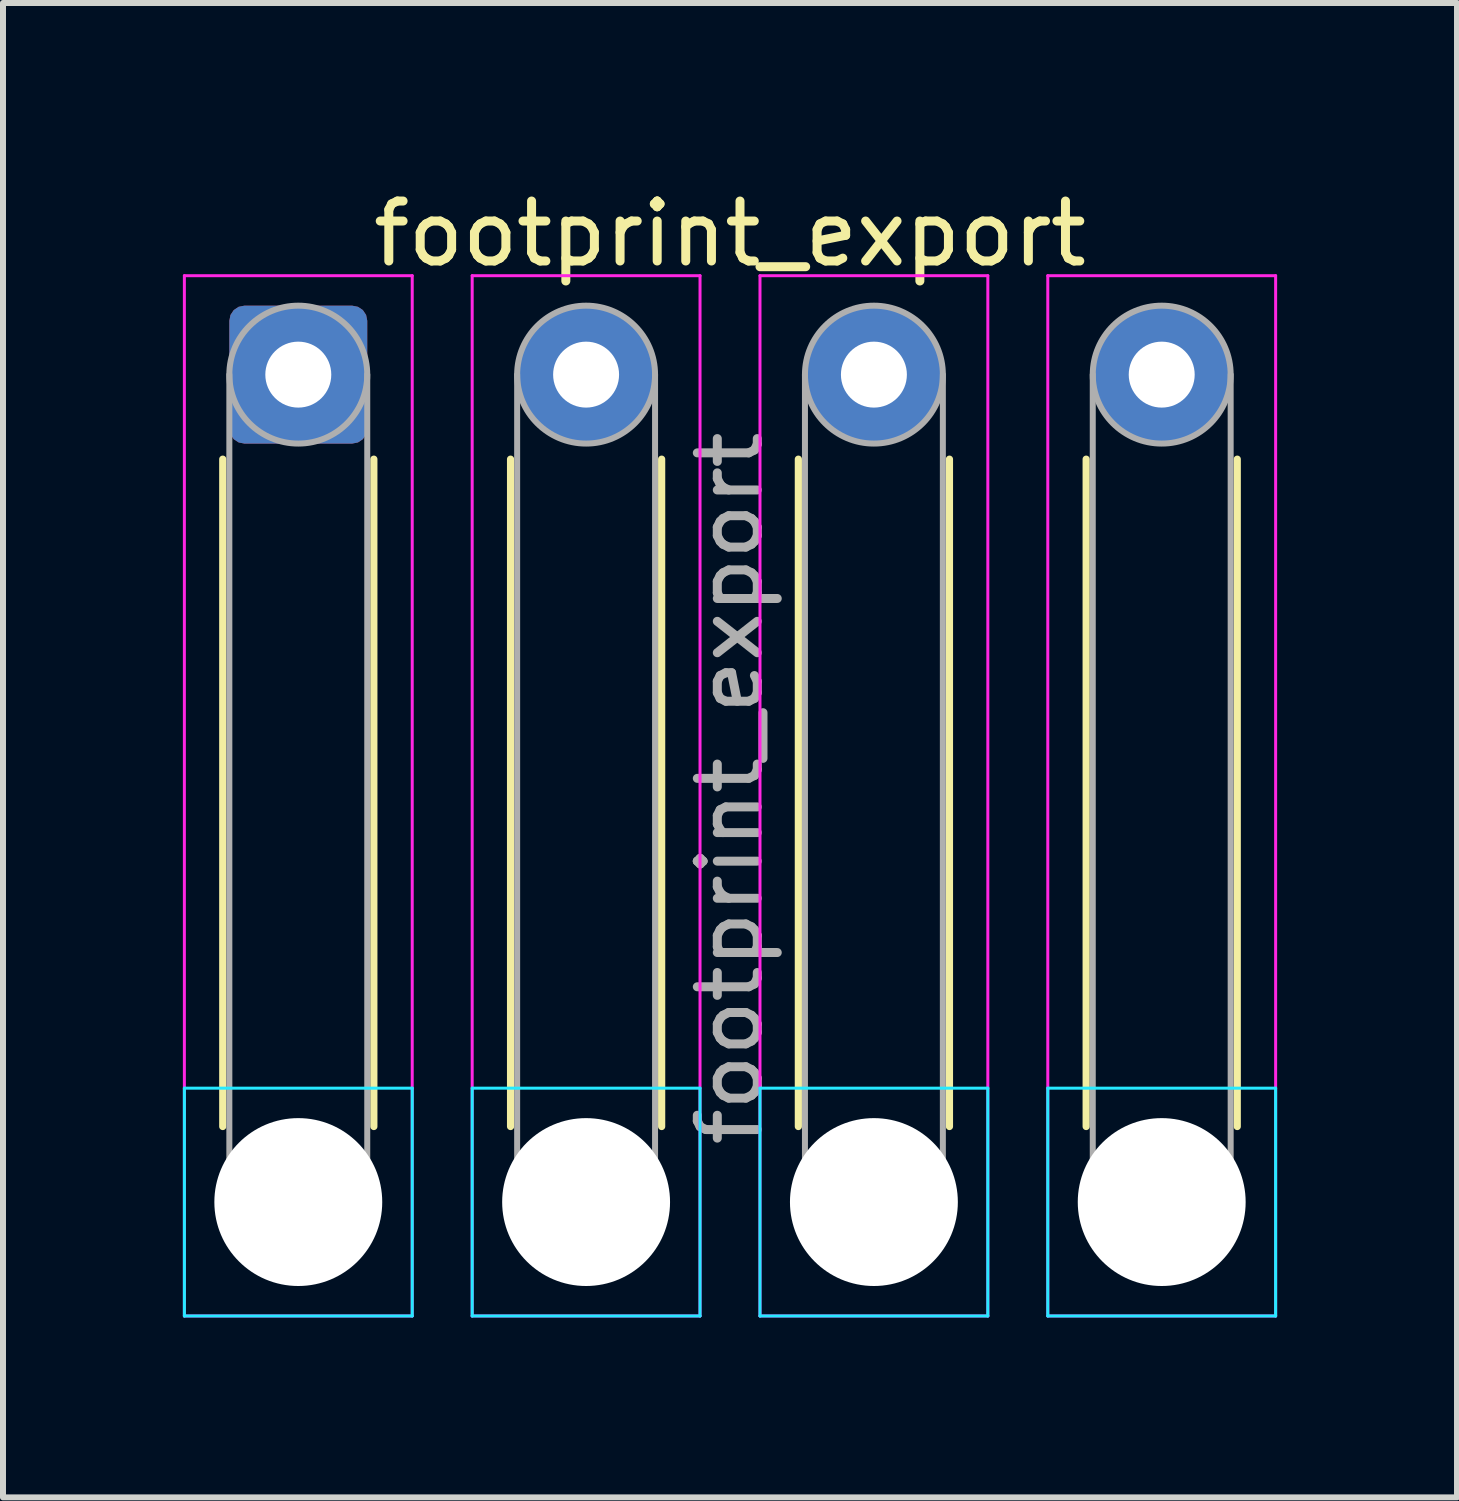
<source format=kicad_pcb>
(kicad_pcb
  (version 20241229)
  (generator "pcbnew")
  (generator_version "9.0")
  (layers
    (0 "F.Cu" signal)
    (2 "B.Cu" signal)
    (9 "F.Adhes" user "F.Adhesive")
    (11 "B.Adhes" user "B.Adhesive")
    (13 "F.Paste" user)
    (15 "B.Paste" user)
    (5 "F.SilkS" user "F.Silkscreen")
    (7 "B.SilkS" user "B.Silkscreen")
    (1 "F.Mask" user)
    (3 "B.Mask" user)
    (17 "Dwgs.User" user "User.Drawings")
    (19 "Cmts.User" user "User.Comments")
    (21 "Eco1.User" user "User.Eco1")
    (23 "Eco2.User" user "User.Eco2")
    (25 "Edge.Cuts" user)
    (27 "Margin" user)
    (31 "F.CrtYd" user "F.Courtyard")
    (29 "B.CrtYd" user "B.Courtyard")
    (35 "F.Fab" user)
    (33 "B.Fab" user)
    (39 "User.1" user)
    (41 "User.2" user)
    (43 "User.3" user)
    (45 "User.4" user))
  (footprint "footprint_export"
    (layer "F.Cu")
    (at 1.925 3.198)
    (property "Reference" "footprint_export" (at 7.2 -2.35 0) (layer "F.SilkS") (effects (font (size 1 1) (thickness 0.15))))
    (attr exclude_from_pos_files exclude_from_bom)
    (fp_line (start -1.26 1.41) (end -1.26 12.54) (stroke (width 0.12) (type solid)) (layer "F.SilkS"))
    (fp_line (start 1.26 1.41) (end 1.26 12.54) (stroke (width 0.12) (type solid)) (layer "F.SilkS"))
    (fp_line (start 3.54 1.41) (end 3.54 12.54) (stroke (width 0.12) (type solid)) (layer "F.SilkS"))
    (fp_line (start 6.06 1.41) (end 6.06 12.54) (stroke (width 0.12) (type solid)) (layer "F.SilkS"))
    (fp_line (start 8.34 1.41) (end 8.34 12.54) (stroke (width 0.12) (type solid)) (layer "F.SilkS"))
    (fp_line (start 10.86 1.41) (end 10.86 12.54) (stroke (width 0.12) (type solid)) (layer "F.SilkS"))
    (fp_line (start 13.14 1.41) (end 13.14 12.54) (stroke (width 0.12) (type solid)) (layer "F.SilkS"))
    (fp_line (start 15.66 1.41) (end 15.66 12.54) (stroke (width 0.12) (type solid)) (layer "F.SilkS"))
    (fp_line (start -1.9 11.9) (end -1.9 15.7) (stroke (width 0.05) (type solid)) (layer "B.CrtYd"))
    (fp_line (start -1.9 15.7) (end 1.9 15.7) (stroke (width 0.05) (type solid)) (layer "B.CrtYd"))
    (fp_line (start 1.9 11.9) (end -1.9 11.9) (stroke (width 0.05) (type solid)) (layer "B.CrtYd"))
    (fp_line (start 1.9 15.7) (end 1.9 11.9) (stroke (width 0.05) (type solid)) (layer "B.CrtYd"))
    (fp_line (start 2.9 11.9) (end 2.9 15.7) (stroke (width 0.05) (type solid)) (layer "B.CrtYd"))
    (fp_line (start 2.9 15.7) (end 6.7 15.7) (stroke (width 0.05) (type solid)) (layer "B.CrtYd"))
    (fp_line (start 6.7 11.9) (end 2.9 11.9) (stroke (width 0.05) (type solid)) (layer "B.CrtYd"))
    (fp_line (start 6.7 15.7) (end 6.7 11.9) (stroke (width 0.05) (type solid)) (layer "B.CrtYd"))
    (fp_line (start 7.7 11.9) (end 7.7 15.7) (stroke (width 0.05) (type solid)) (layer "B.CrtYd"))
    (fp_line (start 7.7 15.7) (end 11.5 15.7) (stroke (width 0.05) (type solid)) (layer "B.CrtYd"))
    (fp_line (start 11.5 11.9) (end 7.7 11.9) (stroke (width 0.05) (type solid)) (layer "B.CrtYd"))
    (fp_line (start 11.5 15.7) (end 11.5 11.9) (stroke (width 0.05) (type solid)) (layer "B.CrtYd"))
    (fp_line (start 12.5 11.9) (end 12.5 15.7) (stroke (width 0.05) (type solid)) (layer "B.CrtYd"))
    (fp_line (start 12.5 15.7) (end 16.3 15.7) (stroke (width 0.05) (type solid)) (layer "B.CrtYd"))
    (fp_line (start 16.3 11.9) (end 12.5 11.9) (stroke (width 0.05) (type solid)) (layer "B.CrtYd"))
    (fp_line (start 16.3 15.7) (end 16.3 11.9) (stroke (width 0.05) (type solid)) (layer "B.CrtYd"))
    (fp_line (start -1.9 -1.65) (end -1.9 15.7) (stroke (width 0.05) (type solid)) (layer "F.CrtYd"))
    (fp_line (start -1.9 15.7) (end 1.9 15.7) (stroke (width 0.05) (type solid)) (layer "F.CrtYd"))
    (fp_line (start 1.9 -1.65) (end -1.9 -1.65) (stroke (width 0.05) (type solid)) (layer "F.CrtYd"))
    (fp_line (start 1.9 15.7) (end 1.9 -1.65) (stroke (width 0.05) (type solid)) (layer "F.CrtYd"))
    (fp_line (start 2.9 -1.65) (end 2.9 15.7) (stroke (width 0.05) (type solid)) (layer "F.CrtYd"))
    (fp_line (start 2.9 15.7) (end 6.7 15.7) (stroke (width 0.05) (type solid)) (layer "F.CrtYd"))
    (fp_line (start 6.7 -1.65) (end 2.9 -1.65) (stroke (width 0.05) (type solid)) (layer "F.CrtYd"))
    (fp_line (start 6.7 15.7) (end 6.7 -1.65) (stroke (width 0.05) (type solid)) (layer "F.CrtYd"))
    (fp_line (start 7.7 -1.65) (end 7.7 15.7) (stroke (width 0.05) (type solid)) (layer "F.CrtYd"))
    (fp_line (start 7.7 15.7) (end 11.5 15.7) (stroke (width 0.05) (type solid)) (layer "F.CrtYd"))
    (fp_line (start 11.5 -1.65) (end 7.7 -1.65) (stroke (width 0.05) (type solid)) (layer "F.CrtYd"))
    (fp_line (start 11.5 15.7) (end 11.5 -1.65) (stroke (width 0.05) (type solid)) (layer "F.CrtYd"))
    (fp_line (start 12.5 -1.65) (end 12.5 15.7) (stroke (width 0.05) (type solid)) (layer "F.CrtYd"))
    (fp_line (start 12.5 15.7) (end 16.3 15.7) (stroke (width 0.05) (type solid)) (layer "F.CrtYd"))
    (fp_line (start 16.3 -1.65) (end 12.5 -1.65) (stroke (width 0.05) (type solid)) (layer "F.CrtYd"))
    (fp_line (start 16.3 15.7) (end 16.3 -1.65) (stroke (width 0.05) (type solid)) (layer "F.CrtYd"))
    (fp_line (start -1.15 0) (end -1.15 13.8) (stroke (width 0.1) (type solid)) (layer "F.Fab"))
    (fp_line (start 1.15 0) (end 1.15 13.8) (stroke (width 0.1) (type solid)) (layer "F.Fab"))
    (fp_line (start 3.65 0) (end 3.65 13.8) (stroke (width 0.1) (type solid)) (layer "F.Fab"))
    (fp_line (start 5.95 0) (end 5.95 13.8) (stroke (width 0.1) (type solid)) (layer "F.Fab"))
    (fp_line (start 8.45 0) (end 8.45 13.8) (stroke (width 0.1) (type solid)) (layer "F.Fab"))
    (fp_line (start 10.75 0) (end 10.75 13.8) (stroke (width 0.1) (type solid)) (layer "F.Fab"))
    (fp_line (start 13.25 0) (end 13.25 13.8) (stroke (width 0.1) (type solid)) (layer "F.Fab"))
    (fp_line (start 15.55 0) (end 15.55 13.8) (stroke (width 0.1) (type solid)) (layer "F.Fab"))
    (fp_circle (center 0 0) (end 1.15 0) (stroke (width 0.1) (type solid)) (fill no) (layer "F.Fab"))
    (fp_circle (center 0 13.8) (end 1.15 13.8) (stroke (width 0.1) (type solid)) (fill no) (layer "F.Fab"))
    (fp_circle (center 4.8 0) (end 5.95 0) (stroke (width 0.1) (type solid)) (fill no) (layer "F.Fab"))
    (fp_circle (center 4.8 13.8) (end 5.95 13.8) (stroke (width 0.1) (type solid)) (fill no) (layer "F.Fab"))
    (fp_circle (center 9.6 0) (end 10.75 0) (stroke (width 0.1) (type solid)) (fill no) (layer "F.Fab"))
    (fp_circle (center 9.6 13.8) (end 10.75 13.8) (stroke (width 0.1) (type solid)) (fill no) (layer "F.Fab"))
    (fp_circle (center 14.4 0) (end 15.55 0) (stroke (width 0.1) (type solid)) (fill no) (layer "F.Fab"))
    (fp_circle (center 14.4 13.8) (end 15.55 13.8) (stroke (width 0.1) (type solid)) (fill no) (layer "F.Fab"))
    (fp_text user "${REFERENCE}" (at 7.2 6.9 90) (layer "F.Fab") (effects (font (size 1 1) (thickness 0.15))))
    (pad "" np_thru_hole circle (at 0 13.8) (size 2.8 2.8) (drill 2.8) (layers "*.Cu" "*.Mask"))
    (pad "" np_thru_hole circle (at 4.8 13.8) (size 2.8 2.8) (drill 2.8) (layers "*.Cu" "*.Mask"))
    (pad "" np_thru_hole circle (at 9.6 13.8) (size 2.8 2.8) (drill 2.8) (layers "*.Cu" "*.Mask"))
    (pad "" np_thru_hole circle (at 14.4 13.8) (size 2.8 2.8) (drill 2.8) (layers "*.Cu" "*.Mask"))
    (pad "1" thru_hole roundrect (at 0 0) (size 2.3 2.3) (drill 1.1) (layers "*.Cu" "*.Mask") (roundrect_rratio 0.109))
    (pad "2" thru_hole circle (at 4.8 0) (size 2.3 2.3) (drill 1.1) (layers "*.Cu" "*.Mask"))
    (pad "3" thru_hole circle (at 9.6 0) (size 2.3 2.3) (drill 1.1) (layers "*.Cu" "*.Mask"))
    (pad "4" thru_hole circle (at 14.4 0) (size 2.3 2.3) (drill 1.1) (layers "*.Cu" "*.Mask")))
  (gr_rect
    (start -3 -3)
    (end 21.25 21.923)
    (stroke (width 0.1) (type default))
    (fill no)
    (layer "Edge.Cuts")))
</source>
